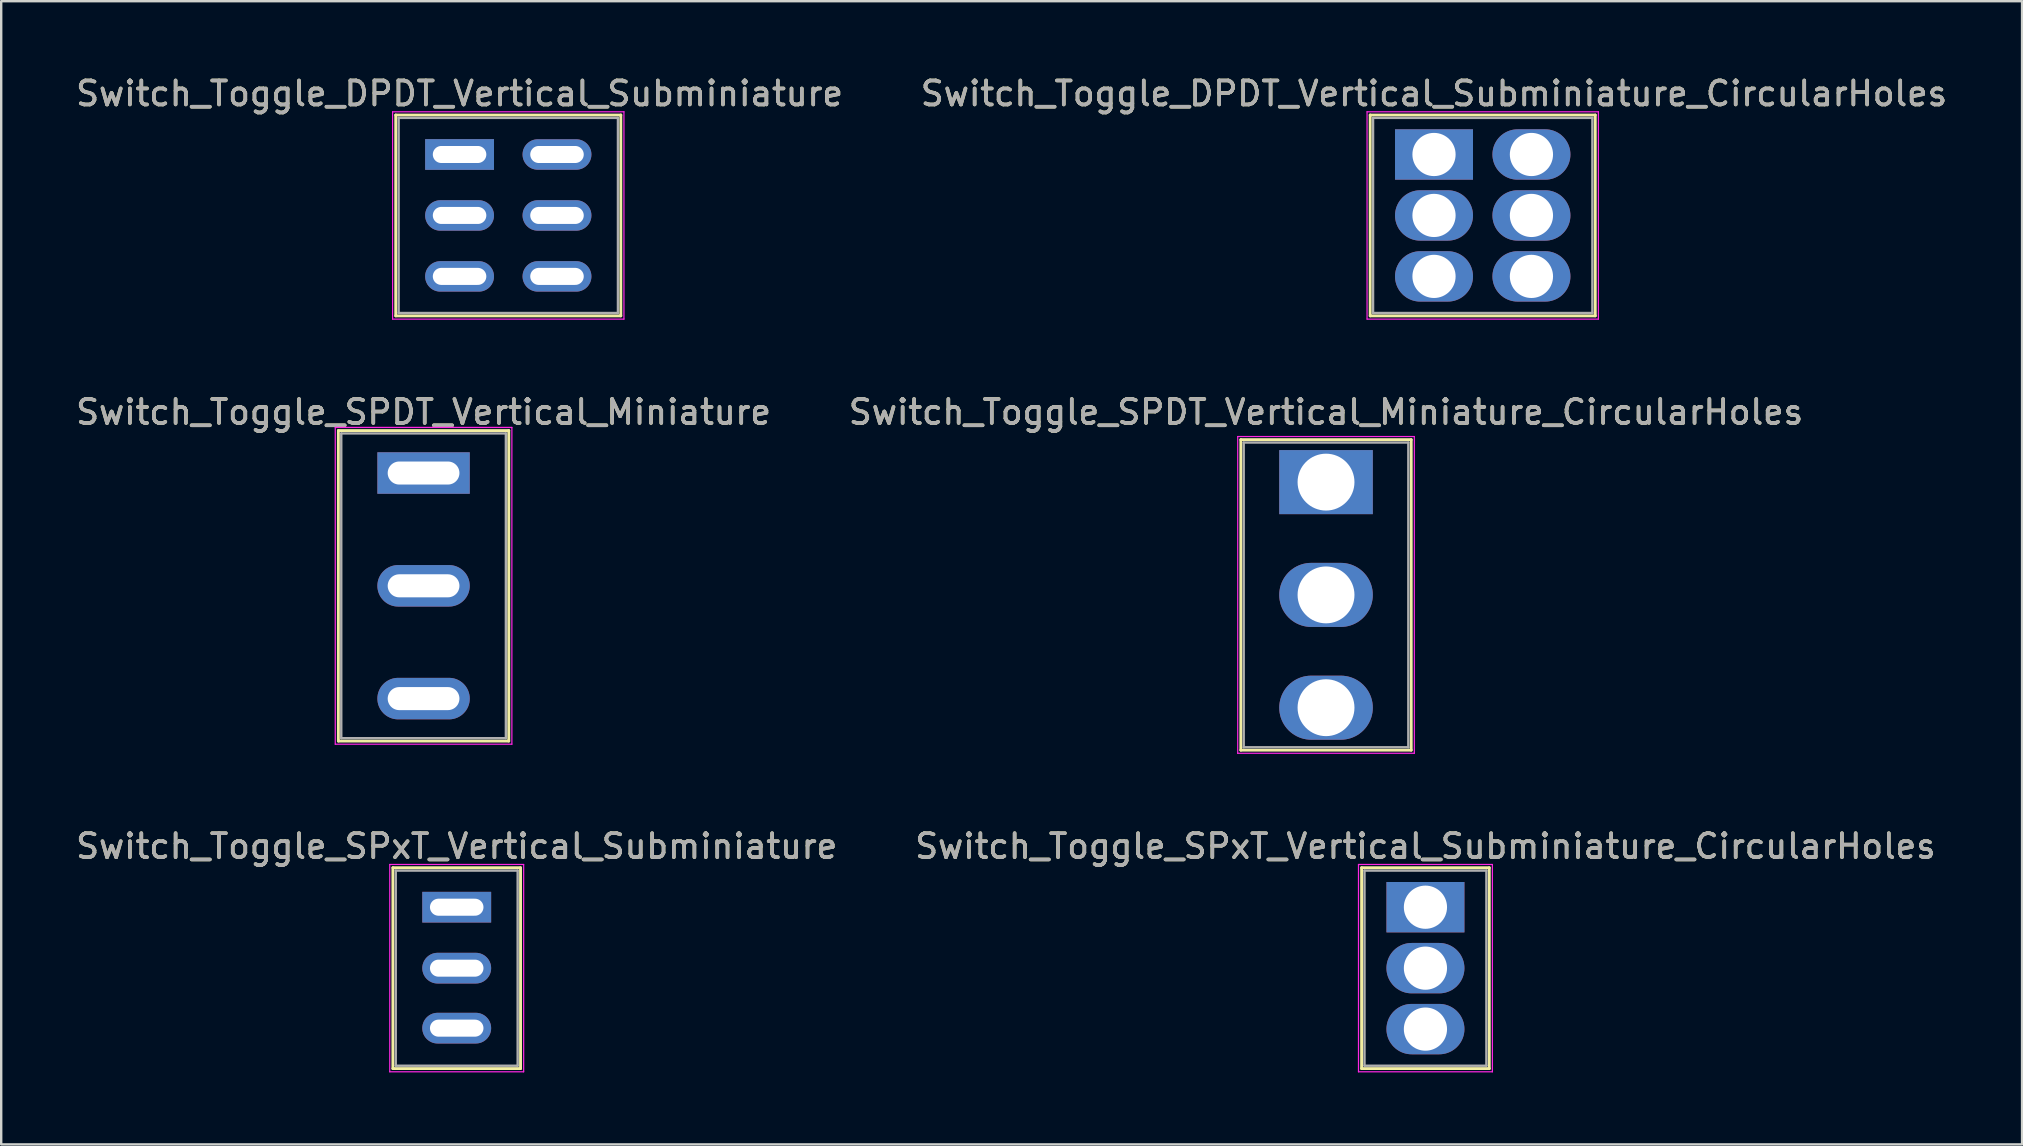
<source format=kicad_pcb>
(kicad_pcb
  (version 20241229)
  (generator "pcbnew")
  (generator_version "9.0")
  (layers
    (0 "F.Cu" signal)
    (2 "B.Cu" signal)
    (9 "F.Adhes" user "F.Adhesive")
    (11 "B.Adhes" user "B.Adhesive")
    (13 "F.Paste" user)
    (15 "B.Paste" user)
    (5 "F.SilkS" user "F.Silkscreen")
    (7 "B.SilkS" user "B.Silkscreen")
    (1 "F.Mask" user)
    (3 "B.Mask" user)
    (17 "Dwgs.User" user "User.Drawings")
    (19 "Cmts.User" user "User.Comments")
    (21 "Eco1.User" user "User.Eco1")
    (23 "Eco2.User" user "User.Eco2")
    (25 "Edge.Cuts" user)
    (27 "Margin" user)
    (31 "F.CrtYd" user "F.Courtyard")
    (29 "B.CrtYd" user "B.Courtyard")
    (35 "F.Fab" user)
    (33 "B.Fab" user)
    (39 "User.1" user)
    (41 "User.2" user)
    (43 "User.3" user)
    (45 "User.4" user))
  (footprint "Switch_Toggle_DPDT_Vertical_Subminiature"
    (layer "F.Cu")
    (at 16.101 3.388)
    (property "Reference" "Switch_Toggle_DPDT_Vertical_Subminiature" (at 0 -2.54 180) (layer "F.SilkS") (effects (font (size 1 1) (thickness 0.15))))
    (attr through_hole)
    (fp_line (start -2.66 -1.645) (end -2.66 6.725) (stroke (width 0.12) (type solid)) (layer "F.SilkS"))
    (fp_line (start -2.66 -1.645) (end 6.72 -1.645) (stroke (width 0.12) (type solid)) (layer "F.SilkS"))
    (fp_line (start -2.66 6.725) (end 6.72 6.725) (stroke (width 0.12) (type solid)) (layer "F.SilkS"))
    (fp_line (start 6.72 -1.645) (end 6.72 6.725) (stroke (width 0.12) (type solid)) (layer "F.SilkS"))
    (fp_line (start -2.79 -1.78) (end -2.79 6.86) (stroke (width 0.05) (type solid)) (layer "F.CrtYd"))
    (fp_line (start -2.79 -1.78) (end 6.85 -1.78) (stroke (width 0.05) (type solid)) (layer "F.CrtYd"))
    (fp_line (start -2.79 6.86) (end 6.85 6.86) (stroke (width 0.05) (type solid)) (layer "F.CrtYd"))
    (fp_line (start 6.85 -1.78) (end 6.85 6.86) (stroke (width 0.05) (type solid)) (layer "F.CrtYd"))
    (fp_line (start -2.54 -1.525) (end -2.54 6.605) (stroke (width 0.1) (type solid)) (layer "F.Fab"))
    (fp_line (start -2.54 -1.525) (end 6.6 -1.525) (stroke (width 0.1) (type solid)) (layer "F.Fab"))
    (fp_line (start -2.54 6.605) (end 6.6 6.605) (stroke (width 0.1) (type solid)) (layer "F.Fab"))
    (fp_line (start 6.6 -1.525) (end 6.6 6.605) (stroke (width 0.1) (type solid)) (layer "F.Fab"))
    (fp_text user "${REFERENCE}" (at 0 -2.54 180) (layer "F.Fab") (effects (font (size 1 1) (thickness 0.15))))
    (pad "1" thru_hole rect (at 0 0) (size 2.87 1.28) (drill oval 2.23 0.71) (layers "*.Cu" "*.Mask"))
    (pad "2" thru_hole oval (at 0 2.54) (size 2.87 1.27) (drill oval 2.23 0.71) (layers "*.Cu" "*.Mask"))
    (pad "3" thru_hole oval (at 0 5.08) (size 2.87 1.27) (drill oval 2.23 0.71) (layers "*.Cu" "*.Mask"))
    (pad "4" thru_hole oval (at 4.06 0) (size 2.87 1.27) (drill oval 2.23 0.71) (layers "*.Cu" "*.Mask"))
    (pad "5" thru_hole oval (at 4.06 2.54) (size 2.87 1.27) (drill oval 2.23 0.71) (layers "*.Cu" "*.Mask"))
    (pad "6" thru_hole oval (at 4.06 5.08) (size 2.87 1.27) (drill oval 2.23 0.71) (layers "*.Cu" "*.Mask")))
  (footprint "Switch_Toggle_DPDT_Vertical_Subminiature_CircularHoles"
    (layer "F.Cu")
    (at 56.708 3.388)
    (property "Reference" "Switch_Toggle_DPDT_Vertical_Subminiature_CircularHoles" (at 0 -2.54 180) (layer "F.SilkS") (effects (font (size 1 1) (thickness 0.15))))
    (attr through_hole)
    (fp_line (start -2.66 -1.645) (end -2.66 6.725) (stroke (width 0.12) (type solid)) (layer "F.SilkS"))
    (fp_line (start -2.66 -1.645) (end 6.72 -1.645) (stroke (width 0.12) (type solid)) (layer "F.SilkS"))
    (fp_line (start -2.66 6.725) (end 6.72 6.725) (stroke (width 0.12) (type solid)) (layer "F.SilkS"))
    (fp_line (start 6.72 -1.645) (end 6.72 6.725) (stroke (width 0.12) (type solid)) (layer "F.SilkS"))
    (fp_line (start -2.79 -1.78) (end -2.79 6.86) (stroke (width 0.05) (type solid)) (layer "F.CrtYd"))
    (fp_line (start -2.79 -1.78) (end 6.85 -1.78) (stroke (width 0.05) (type solid)) (layer "F.CrtYd"))
    (fp_line (start -2.79 6.86) (end 6.85 6.86) (stroke (width 0.05) (type solid)) (layer "F.CrtYd"))
    (fp_line (start 6.85 -1.78) (end 6.85 6.86) (stroke (width 0.05) (type solid)) (layer "F.CrtYd"))
    (fp_line (start -2.54 -1.525) (end -2.54 6.605) (stroke (width 0.1) (type solid)) (layer "F.Fab"))
    (fp_line (start -2.54 -1.525) (end 6.6 -1.525) (stroke (width 0.1) (type solid)) (layer "F.Fab"))
    (fp_line (start -2.54 6.605) (end 6.6 6.605) (stroke (width 0.1) (type solid)) (layer "F.Fab"))
    (fp_line (start 6.6 -1.525) (end 6.6 6.605) (stroke (width 0.1) (type solid)) (layer "F.Fab"))
    (fp_text user "${REFERENCE}" (at 0 -2.54 180) (layer "F.Fab") (effects (font (size 1 1) (thickness 0.15))))
    (pad "1" thru_hole rect (at 0 0) (size 3.25 2.1) (drill 1.8) (layers "*.Cu" "*.Mask"))
    (pad "2" thru_hole oval (at 0 2.54) (size 3.25 2.1) (drill 1.8) (layers "*.Cu" "*.Mask"))
    (pad "3" thru_hole oval (at 0 5.08) (size 3.25 2.1) (drill 1.8) (layers "*.Cu" "*.Mask"))
    (pad "4" thru_hole oval (at 4.06 0) (size 3.25 2.1) (drill 1.8) (layers "*.Cu" "*.Mask"))
    (pad "5" thru_hole oval (at 4.06 2.54) (size 3.25 2.1) (drill 1.8) (layers "*.Cu" "*.Mask"))
    (pad "6" thru_hole oval (at 4.06 5.08) (size 3.25 2.1) (drill 1.8) (layers "*.Cu" "*.Mask")))
  (footprint "Switch_Toggle_SPxT_Vertical_Subminiature_CircularHoles"
    (layer "F.Cu")
    (at 56.351 34.755)
    (property "Reference" "Switch_Toggle_SPxT_Vertical_Subminiature_CircularHoles" (at 0 -2.54 180) (layer "F.SilkS") (effects (font (size 1 1) (thickness 0.15))))
    (attr through_hole)
    (fp_line (start -2.66 -1.645) (end -2.66 6.725) (stroke (width 0.12) (type solid)) (layer "F.SilkS"))
    (fp_line (start -2.66 -1.645) (end 2.66 -1.645) (stroke (width 0.12) (type solid)) (layer "F.SilkS"))
    (fp_line (start -2.66 6.725) (end 2.66 6.725) (stroke (width 0.12) (type solid)) (layer "F.SilkS"))
    (fp_line (start 2.66 -1.645) (end 2.66 6.725) (stroke (width 0.12) (type solid)) (layer "F.SilkS"))
    (fp_line (start -2.79 -1.78) (end -2.79 6.86) (stroke (width 0.05) (type solid)) (layer "F.CrtYd"))
    (fp_line (start -2.79 -1.78) (end 2.79 -1.78) (stroke (width 0.05) (type solid)) (layer "F.CrtYd"))
    (fp_line (start -2.79 6.86) (end 2.79 6.86) (stroke (width 0.05) (type solid)) (layer "F.CrtYd"))
    (fp_line (start 2.79 -1.78) (end 2.79 6.86) (stroke (width 0.05) (type solid)) (layer "F.CrtYd"))
    (fp_line (start -2.54 -1.525) (end -2.54 6.605) (stroke (width 0.1) (type solid)) (layer "F.Fab"))
    (fp_line (start -2.54 -1.525) (end 2.54 -1.525) (stroke (width 0.1) (type solid)) (layer "F.Fab"))
    (fp_line (start -2.54 6.605) (end 2.54 6.605) (stroke (width 0.1) (type solid)) (layer "F.Fab"))
    (fp_line (start 2.54 -1.525) (end 2.54 6.605) (stroke (width 0.1) (type solid)) (layer "F.Fab"))
    (fp_text user "${REFERENCE}" (at 0 -2.54 180) (layer "F.Fab") (effects (font (size 1 1) (thickness 0.15))))
    (pad "1" thru_hole rect (at 0 0) (size 3.25 2.1) (drill 1.8) (layers "*.Cu" "*.Mask"))
    (pad "2" thru_hole oval (at 0 2.54) (size 3.25 2.1) (drill 1.8) (layers "*.Cu" "*.Mask"))
    (pad "3" thru_hole oval (at 0 5.08) (size 3.25 2.1) (drill 1.8) (layers "*.Cu" "*.Mask")))
  (footprint "Switch_Toggle_SPDT_Vertical_Miniature"
    (layer "F.Cu")
    (at 14.601 16.662)
    (property "Reference" "Switch_Toggle_SPDT_Vertical_Miniature" (at 0 -2.54 180) (layer "F.SilkS") (effects (font (size 1 1) (thickness 0.15))))
    (attr through_hole)
    (fp_line (start -3.55 -1.77) (end -3.55 11.17) (stroke (width 0.12) (type solid)) (layer "F.SilkS"))
    (fp_line (start -3.55 -1.77) (end 3.55 -1.77) (stroke (width 0.12) (type solid)) (layer "F.SilkS"))
    (fp_line (start -3.55 11.17) (end 3.55 11.17) (stroke (width 0.12) (type solid)) (layer "F.SilkS"))
    (fp_line (start 3.55 -1.77) (end 3.55 11.17) (stroke (width 0.12) (type solid)) (layer "F.SilkS"))
    (fp_line (start -3.68 -1.9) (end -3.68 11.3) (stroke (width 0.05) (type solid)) (layer "F.CrtYd"))
    (fp_line (start -3.68 -1.9) (end 3.68 -1.9) (stroke (width 0.05) (type solid)) (layer "F.CrtYd"))
    (fp_line (start -3.68 11.3) (end 3.68 11.3) (stroke (width 0.05) (type solid)) (layer "F.CrtYd"))
    (fp_line (start 3.68 -1.9) (end 3.68 11.3) (stroke (width 0.05) (type solid)) (layer "F.CrtYd"))
    (fp_line (start -3.43 -1.65) (end -3.43 11.05) (stroke (width 0.1) (type solid)) (layer "F.Fab"))
    (fp_line (start -3.43 -1.65) (end 3.43 -1.65) (stroke (width 0.1) (type solid)) (layer "F.Fab"))
    (fp_line (start -3.43 11.05) (end 3.43 11.05) (stroke (width 0.1) (type solid)) (layer "F.Fab"))
    (fp_line (start 3.43 -1.65) (end 3.43 11.05) (stroke (width 0.1) (type solid)) (layer "F.Fab"))
    (fp_text user "${REFERENCE}" (at 0 -2.54 180) (layer "F.Fab") (effects (font (size 1 1) (thickness 0.15))))
    (pad "1" thru_hole rect (at 0 0) (size 3.85 1.73) (drill oval 2.99 0.96) (layers "*.Cu" "*.Mask"))
    (pad "2" thru_hole oval (at 0 4.7) (size 3.85 1.73) (drill oval 2.99 0.96) (layers "*.Cu" "*.Mask"))
    (pad "3" thru_hole oval (at 0 9.4) (size 3.85 1.73) (drill oval 2.99 0.96) (layers "*.Cu" "*.Mask")))
  (footprint "Switch_Toggle_SPxT_Vertical_Subminiature"
    (layer "F.Cu")
    (at 15.982 34.755)
    (property "Reference" "Switch_Toggle_SPxT_Vertical_Subminiature" (at 0 -2.54 180) (layer "F.SilkS") (effects (font (size 1 1) (thickness 0.15))))
    (attr through_hole)
    (fp_line (start -2.66 -1.645) (end -2.66 6.725) (stroke (width 0.12) (type solid)) (layer "F.SilkS"))
    (fp_line (start -2.66 -1.645) (end 2.66 -1.645) (stroke (width 0.12) (type solid)) (layer "F.SilkS"))
    (fp_line (start -2.66 6.725) (end 2.66 6.725) (stroke (width 0.12) (type solid)) (layer "F.SilkS"))
    (fp_line (start 2.66 -1.645) (end 2.66 6.725) (stroke (width 0.12) (type solid)) (layer "F.SilkS"))
    (fp_line (start -2.79 -1.78) (end -2.79 6.86) (stroke (width 0.05) (type solid)) (layer "F.CrtYd"))
    (fp_line (start -2.79 -1.78) (end 2.79 -1.78) (stroke (width 0.05) (type solid)) (layer "F.CrtYd"))
    (fp_line (start -2.79 6.86) (end 2.79 6.86) (stroke (width 0.05) (type solid)) (layer "F.CrtYd"))
    (fp_line (start 2.79 -1.78) (end 2.79 6.86) (stroke (width 0.05) (type solid)) (layer "F.CrtYd"))
    (fp_line (start -2.54 -1.525) (end -2.54 6.605) (stroke (width 0.1) (type solid)) (layer "F.Fab"))
    (fp_line (start -2.54 -1.525) (end 2.54 -1.525) (stroke (width 0.1) (type solid)) (layer "F.Fab"))
    (fp_line (start -2.54 6.605) (end 2.54 6.605) (stroke (width 0.1) (type solid)) (layer "F.Fab"))
    (fp_line (start 2.54 -1.525) (end 2.54 6.605) (stroke (width 0.1) (type solid)) (layer "F.Fab"))
    (fp_text user "${REFERENCE}" (at 0 -2.54 180) (layer "F.Fab") (effects (font (size 1 1) (thickness 0.15))))
    (pad "1" thru_hole rect (at 0 0) (size 2.87 1.28) (drill oval 2.23 0.71) (layers "*.Cu" "*.Mask"))
    (pad "2" thru_hole oval (at 0 2.54) (size 2.87 1.28) (drill oval 2.23 0.71) (layers "*.Cu" "*.Mask"))
    (pad "3" thru_hole oval (at 0 5.04) (size 2.87 1.28) (drill oval 2.23 0.71) (layers "*.Cu" "*.Mask")))
  (footprint "Switch_Toggle_SPDT_Vertical_Miniature_CircularHoles"
    (layer "F.Cu")
    (at 52.208 17.041)
    (property "Reference" "Switch_Toggle_SPDT_Vertical_Miniature_CircularHoles" (at 0 -2.92 180) (layer "F.SilkS") (effects (font (size 1 1) (thickness 0.15))))
    (attr through_hole)
    (fp_line (start -3.55 -1.77) (end -3.55 11.17) (stroke (width 0.12) (type solid)) (layer "F.SilkS"))
    (fp_line (start -3.55 -1.77) (end 3.55 -1.77) (stroke (width 0.12) (type solid)) (layer "F.SilkS"))
    (fp_line (start -3.55 11.17) (end 3.55 11.17) (stroke (width 0.12) (type solid)) (layer "F.SilkS"))
    (fp_line (start 3.55 -1.77) (end 3.55 11.17) (stroke (width 0.12) (type solid)) (layer "F.SilkS"))
    (fp_line (start -3.68 -1.9) (end -3.68 11.3) (stroke (width 0.05) (type solid)) (layer "F.CrtYd"))
    (fp_line (start -3.68 -1.9) (end 3.68 -1.9) (stroke (width 0.05) (type solid)) (layer "F.CrtYd"))
    (fp_line (start -3.68 11.3) (end 3.68 11.3) (stroke (width 0.05) (type solid)) (layer "F.CrtYd"))
    (fp_line (start 3.68 -1.9) (end 3.68 11.3) (stroke (width 0.05) (type solid)) (layer "F.CrtYd"))
    (fp_line (start -3.43 -1.65) (end -3.43 11.05) (stroke (width 0.1) (type solid)) (layer "F.Fab"))
    (fp_line (start -3.43 -1.65) (end 3.43 -1.65) (stroke (width 0.1) (type solid)) (layer "F.Fab"))
    (fp_line (start -3.43 11.05) (end 3.43 11.05) (stroke (width 0.1) (type solid)) (layer "F.Fab"))
    (fp_line (start 3.43 -1.65) (end 3.43 11.05) (stroke (width 0.1) (type solid)) (layer "F.Fab"))
    (fp_text user "${REFERENCE}" (at 0 -2.92 180) (layer "F.Fab") (effects (font (size 1 1) (thickness 0.15))))
    (pad "1" thru_hole rect (at 0 0) (size 3.9 2.67) (drill 2.37) (layers "*.Cu" "*.Mask"))
    (pad "2" thru_hole oval (at 0 4.7) (size 3.9 2.67) (drill 2.37) (layers "*.Cu" "*.Mask"))
    (pad "3" thru_hole oval (at 0 9.4) (size 3.9 2.67) (drill 2.37) (layers "*.Cu" "*.Mask")))
  (gr_rect
    (start -3 -3)
    (end 81.214 44.64)
    (stroke (width 0.1) (type default))
    (fill no)
    (layer "Edge.Cuts")))
</source>
